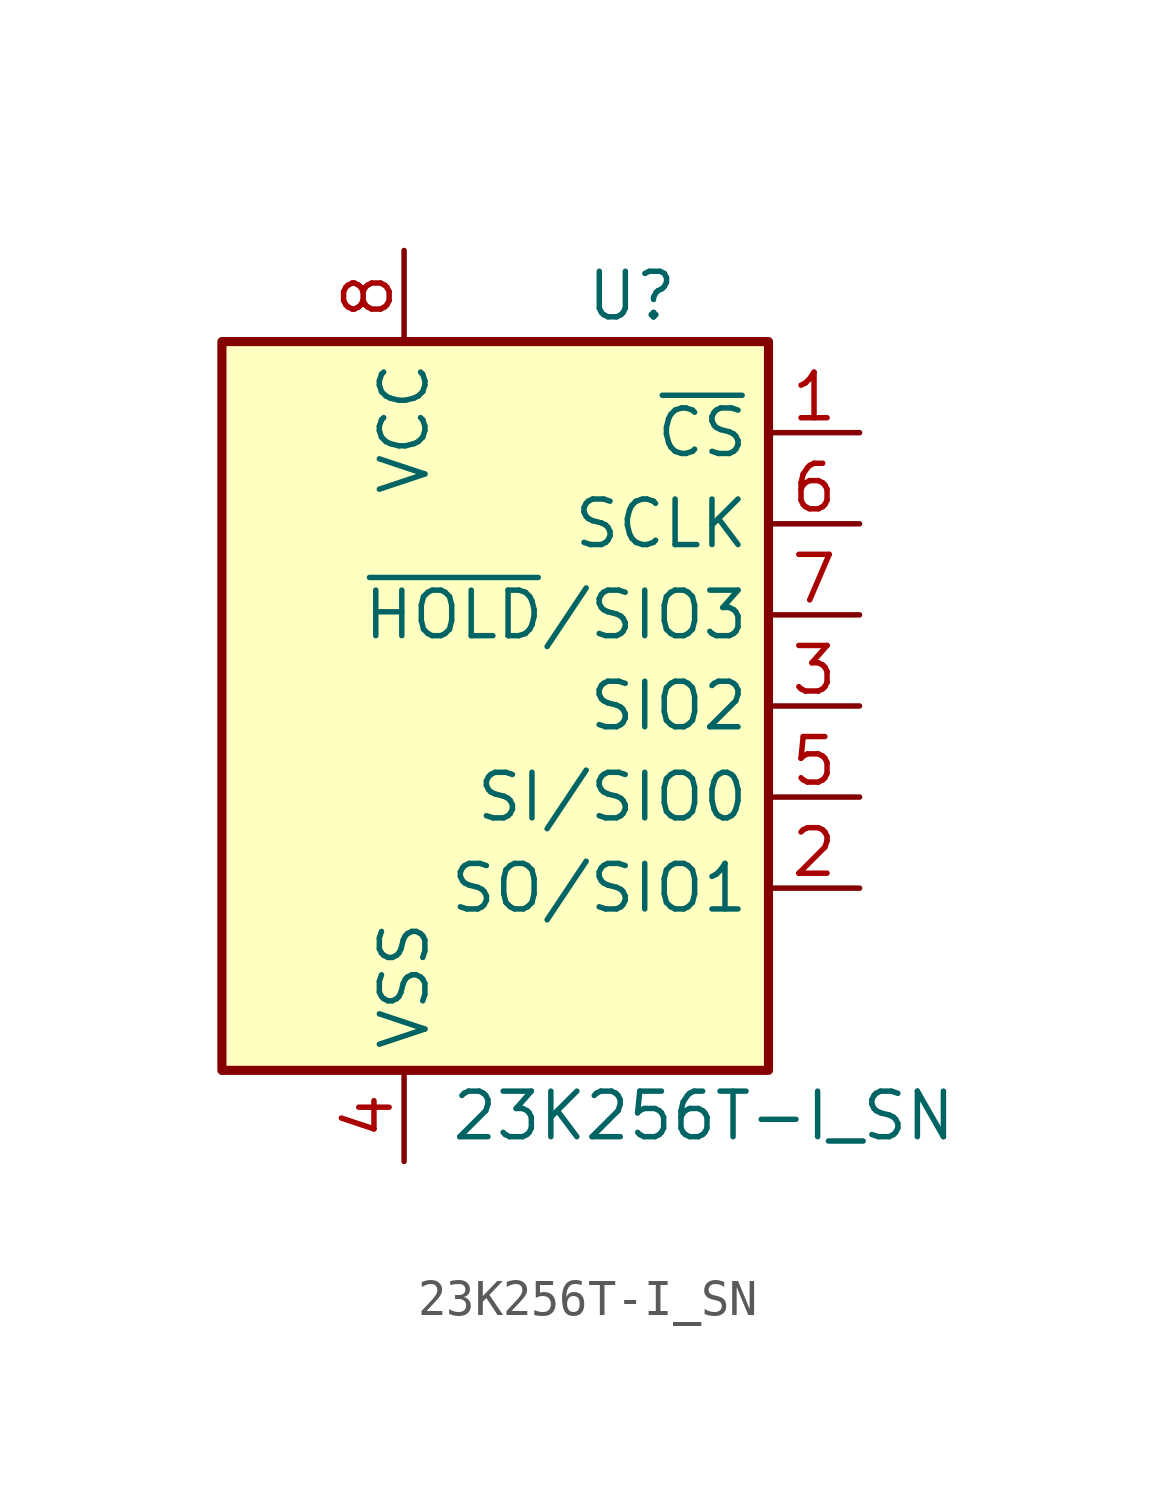
<source format=kicad_sym>
(kicad_symbol_lib
  (version 20211014)
  (generator kicad_symbol_editor)
  (symbol "23K256T-I_SN"
    (property "Reference" "U"
      (at 3.81 11.43 0)
      (effects (font (size 1.27 1.27))))
    (property "Value" "23K256T-I_SN"
      (at -1.27 -11.43 0)
      (effects (font (size 1.27 1.27)) (justify left)))
    (symbol "23K256T-I_SN_0_1"
      (rectangle (start -7.62 10.16) (end 7.62 -10.16) (stroke (width 0.254) (type default) (color 0 0 0 0)) (fill (type background))))
    (symbol "23K256T-I_SN_1_1"
      (pin input line (at 10.16 7.62 180) (length 2.54) (name "~{CS}" (effects (font (size 1.27 1.27)))) (number "1" (effects (font (size 1.27 1.27)))))
      (pin output line (at 10.16 -5.08 180) (length 2.54) (name "SO/SIO1" (effects (font (size 1.27 1.27)))) (number "2" (effects (font (size 1.27 1.27)))))
      (pin bidirectional line (at 10.16 0 180) (length 2.54) (name "SIO2" (effects (font (size 1.27 1.27)))) (number "3" (effects (font (size 1.27 1.27)))))
      (pin power_in line (at -2.54 -12.7 90) (length 2.54) (name "VSS" (effects (font (size 1.27 1.27)))) (number "4" (effects (font (size 1.27 1.27)))))
      (pin input line (at 10.16 -2.54 180) (length 2.54) (name "SI/SIO0" (effects (font (size 1.27 1.27)))) (number "5" (effects (font (size 1.27 1.27)))))
      (pin output line (at 10.16 5.08 180) (length 2.54) (name "SCLK" (effects (font (size 1.27 1.27)))) (number "6" (effects (font (size 1.27 1.27)))))
      (pin bidirectional line (at 10.16 2.54 180) (length 2.54) (name "~{HOLD}/SIO3" (effects (font (size 1.27 1.27)))) (number "7" (effects (font (size 1.27 1.27)))))
      (pin power_in line (at -2.54 12.7 270) (length 2.54) (name "VCC" (effects (font (size 1.27 1.27)))) (number "8" (effects (font (size 1.27 1.27))))))))
</source>
